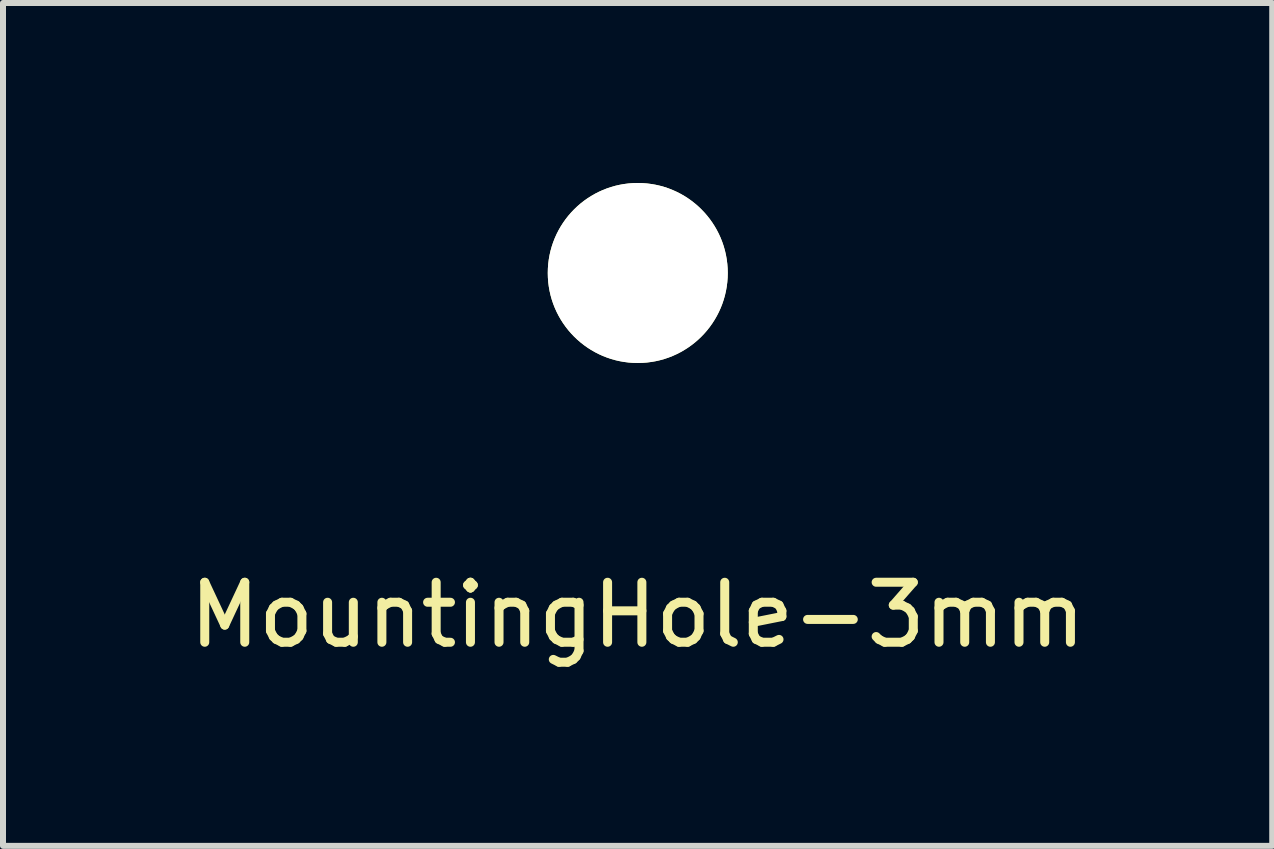
<source format=kicad_pcb>
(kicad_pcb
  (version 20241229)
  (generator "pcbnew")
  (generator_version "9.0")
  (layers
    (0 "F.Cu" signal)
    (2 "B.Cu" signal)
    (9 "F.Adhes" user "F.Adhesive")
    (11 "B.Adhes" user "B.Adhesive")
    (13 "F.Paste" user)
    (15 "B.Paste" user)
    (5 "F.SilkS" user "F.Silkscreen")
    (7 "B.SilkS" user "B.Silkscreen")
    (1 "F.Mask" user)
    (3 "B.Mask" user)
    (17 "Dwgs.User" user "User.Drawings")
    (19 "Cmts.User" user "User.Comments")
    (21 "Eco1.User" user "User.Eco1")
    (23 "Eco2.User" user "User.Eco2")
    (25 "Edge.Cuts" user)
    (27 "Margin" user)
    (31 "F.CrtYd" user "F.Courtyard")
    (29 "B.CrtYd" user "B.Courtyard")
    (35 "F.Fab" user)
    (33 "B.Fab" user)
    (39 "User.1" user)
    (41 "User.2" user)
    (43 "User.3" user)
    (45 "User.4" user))
  (footprint "MountingHole-3mm"
    (layer "F.Cu")
    (at 7.58 1.5)
    (property "Reference" "MountingHole-3mm" (at -0.003 5.7 0) (layer "F.SilkS") (effects (font (size 1 1) (thickness 0.15))))
    (attr through_hole)
    (pad "" np_thru_hole circle (at 0 0) (size 3 3) (drill 3) (layers "*.Cu" "*.Mask" "F.SilkS")))
  (gr_rect
    (start -3 -3)
    (end 18.155 11.048)
    (stroke (width 0.1) (type default))
    (fill no)
    (layer "Edge.Cuts")))
</source>
